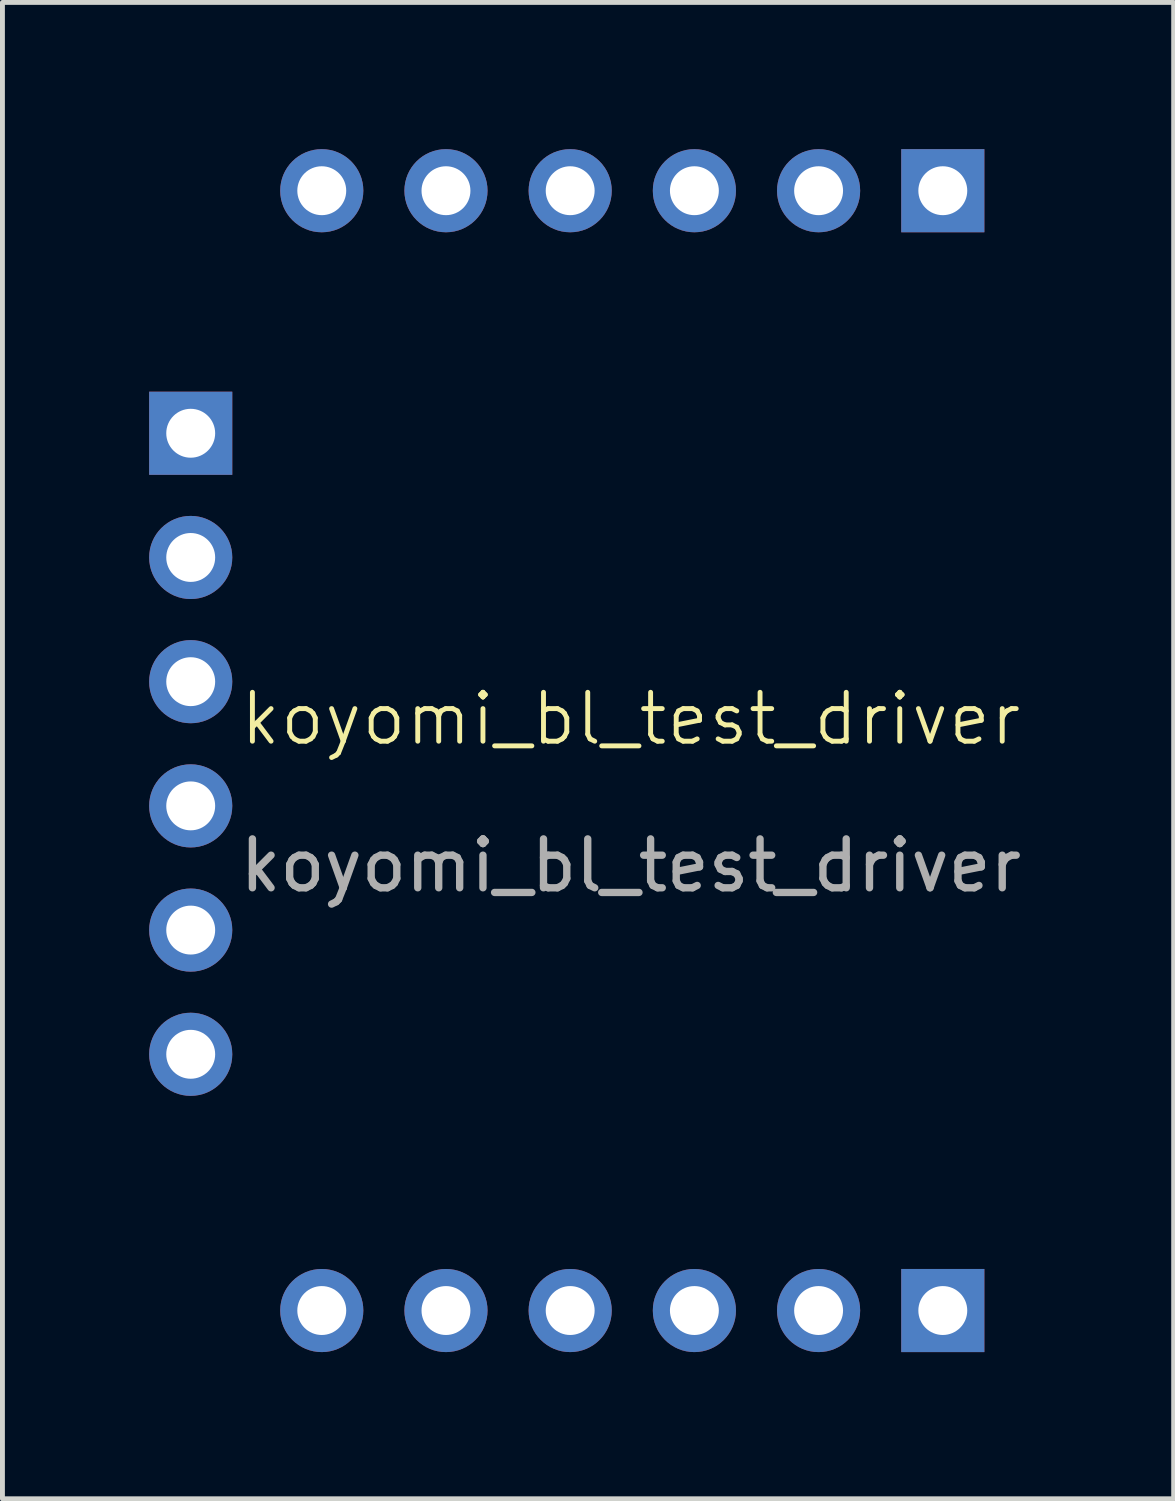
<source format=kicad_pcb>
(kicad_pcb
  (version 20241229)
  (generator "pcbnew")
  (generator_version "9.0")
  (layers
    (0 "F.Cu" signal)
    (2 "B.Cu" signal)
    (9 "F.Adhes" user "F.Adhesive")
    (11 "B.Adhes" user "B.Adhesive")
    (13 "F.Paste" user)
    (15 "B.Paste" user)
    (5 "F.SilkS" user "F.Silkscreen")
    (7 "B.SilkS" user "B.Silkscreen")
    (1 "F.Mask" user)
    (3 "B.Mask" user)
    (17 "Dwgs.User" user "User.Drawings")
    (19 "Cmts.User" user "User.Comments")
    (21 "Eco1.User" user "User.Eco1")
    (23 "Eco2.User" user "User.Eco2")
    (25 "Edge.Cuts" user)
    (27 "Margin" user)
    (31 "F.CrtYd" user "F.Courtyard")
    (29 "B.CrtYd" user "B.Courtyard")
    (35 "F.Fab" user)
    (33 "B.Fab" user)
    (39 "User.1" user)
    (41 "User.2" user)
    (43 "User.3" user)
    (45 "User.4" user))
  (footprint "koyomi_bl_test_driver"
    (layer "F.Cu")
    (at 9.85 12.15)
    (property "Reference" "koyomi_bl_test_driver" (at 0 -0.5 0) (unlocked yes) (layer "F.SilkS") (effects (font (size 1 1) (thickness 0.1))))
    (attr through_hole)
    (fp_text user "${REFERENCE}" (at 0 2.5 0) (unlocked yes) (layer "F.Fab") (effects (font (size 1 1) (thickness 0.15))))
    (pad "" thru_hole oval (at -9 3.82) (size 1.7 1.7) (drill 1) (layers "*.Cu" "*.Mask"))
    (pad "" thru_hole oval (at -9 6.36) (size 1.7 1.7) (drill 1) (layers "*.Cu" "*.Mask"))
    (pad "" thru_hole oval (at 3.84 -11.3 270) (size 1.7 1.7) (drill 1) (layers "*.Cu" "*.Mask"))
    (pad "1" thru_hole rect (at 6.38 -11.3 270) (size 1.7 1.7) (drill 1) (layers "*.Cu" "*.Mask"))
    (pad "2" thru_hole oval (at -1.24 -11.3 270) (size 1.7 1.7) (drill 1) (layers "*.Cu" "*.Mask"))
    (pad "3" thru_hole oval (at -3.78 -11.3 270) (size 1.7 1.7) (drill 1) (layers "*.Cu" "*.Mask"))
    (pad "4" thru_hole oval (at -6.32 -11.3 270) (size 1.7 1.7) (drill 1) (layers "*.Cu" "*.Mask"))
    (pad "5" thru_hole oval (at -9 -3.8) (size 1.7 1.7) (drill 1) (layers "*.Cu" "*.Mask"))
    (pad "6" thru_hole oval (at -9 -1.26) (size 1.7 1.7) (drill 1) (layers "*.Cu" "*.Mask"))
    (pad "7" thru_hole oval (at -9 1.28) (size 1.7 1.7) (drill 1) (layers "*.Cu" "*.Mask"))
    (pad "8" thru_hole oval (at -6.32 11.6 270) (size 1.7 1.7) (drill 1) (layers "*.Cu" "*.Mask"))
    (pad "9" thru_hole oval (at -3.78 11.6 270) (size 1.7 1.7) (drill 1) (layers "*.Cu" "*.Mask"))
    (pad "10" thru_hole oval (at -1.24 11.6 270) (size 1.7 1.7) (drill 1) (layers "*.Cu" "*.Mask"))
    (pad "11" thru_hole oval (at 1.3 11.6 270) (size 1.7 1.7) (drill 1) (layers "*.Cu" "*.Mask"))
    (pad "12" thru_hole oval (at 3.84 11.6 270) (size 1.7 1.7) (drill 1) (layers "*.Cu" "*.Mask"))
    (pad "13" thru_hole rect (at 6.38 11.6 270) (size 1.7 1.7) (drill 1) (layers "*.Cu" "*.Mask"))
    (pad "GND" thru_hole rect (at -9 -6.34) (size 1.7 1.7) (drill 1) (layers "*.Cu" "*.Mask"))
    (pad "GND" thru_hole oval (at 1.3 -11.3 270) (size 1.7 1.7) (drill 1) (layers "*.Cu" "*.Mask")))
  (gr_rect
    (start -3 -3)
    (end 20.951 27.6)
    (stroke (width 0.1) (type default))
    (fill no)
    (layer "Edge.Cuts")))
</source>
